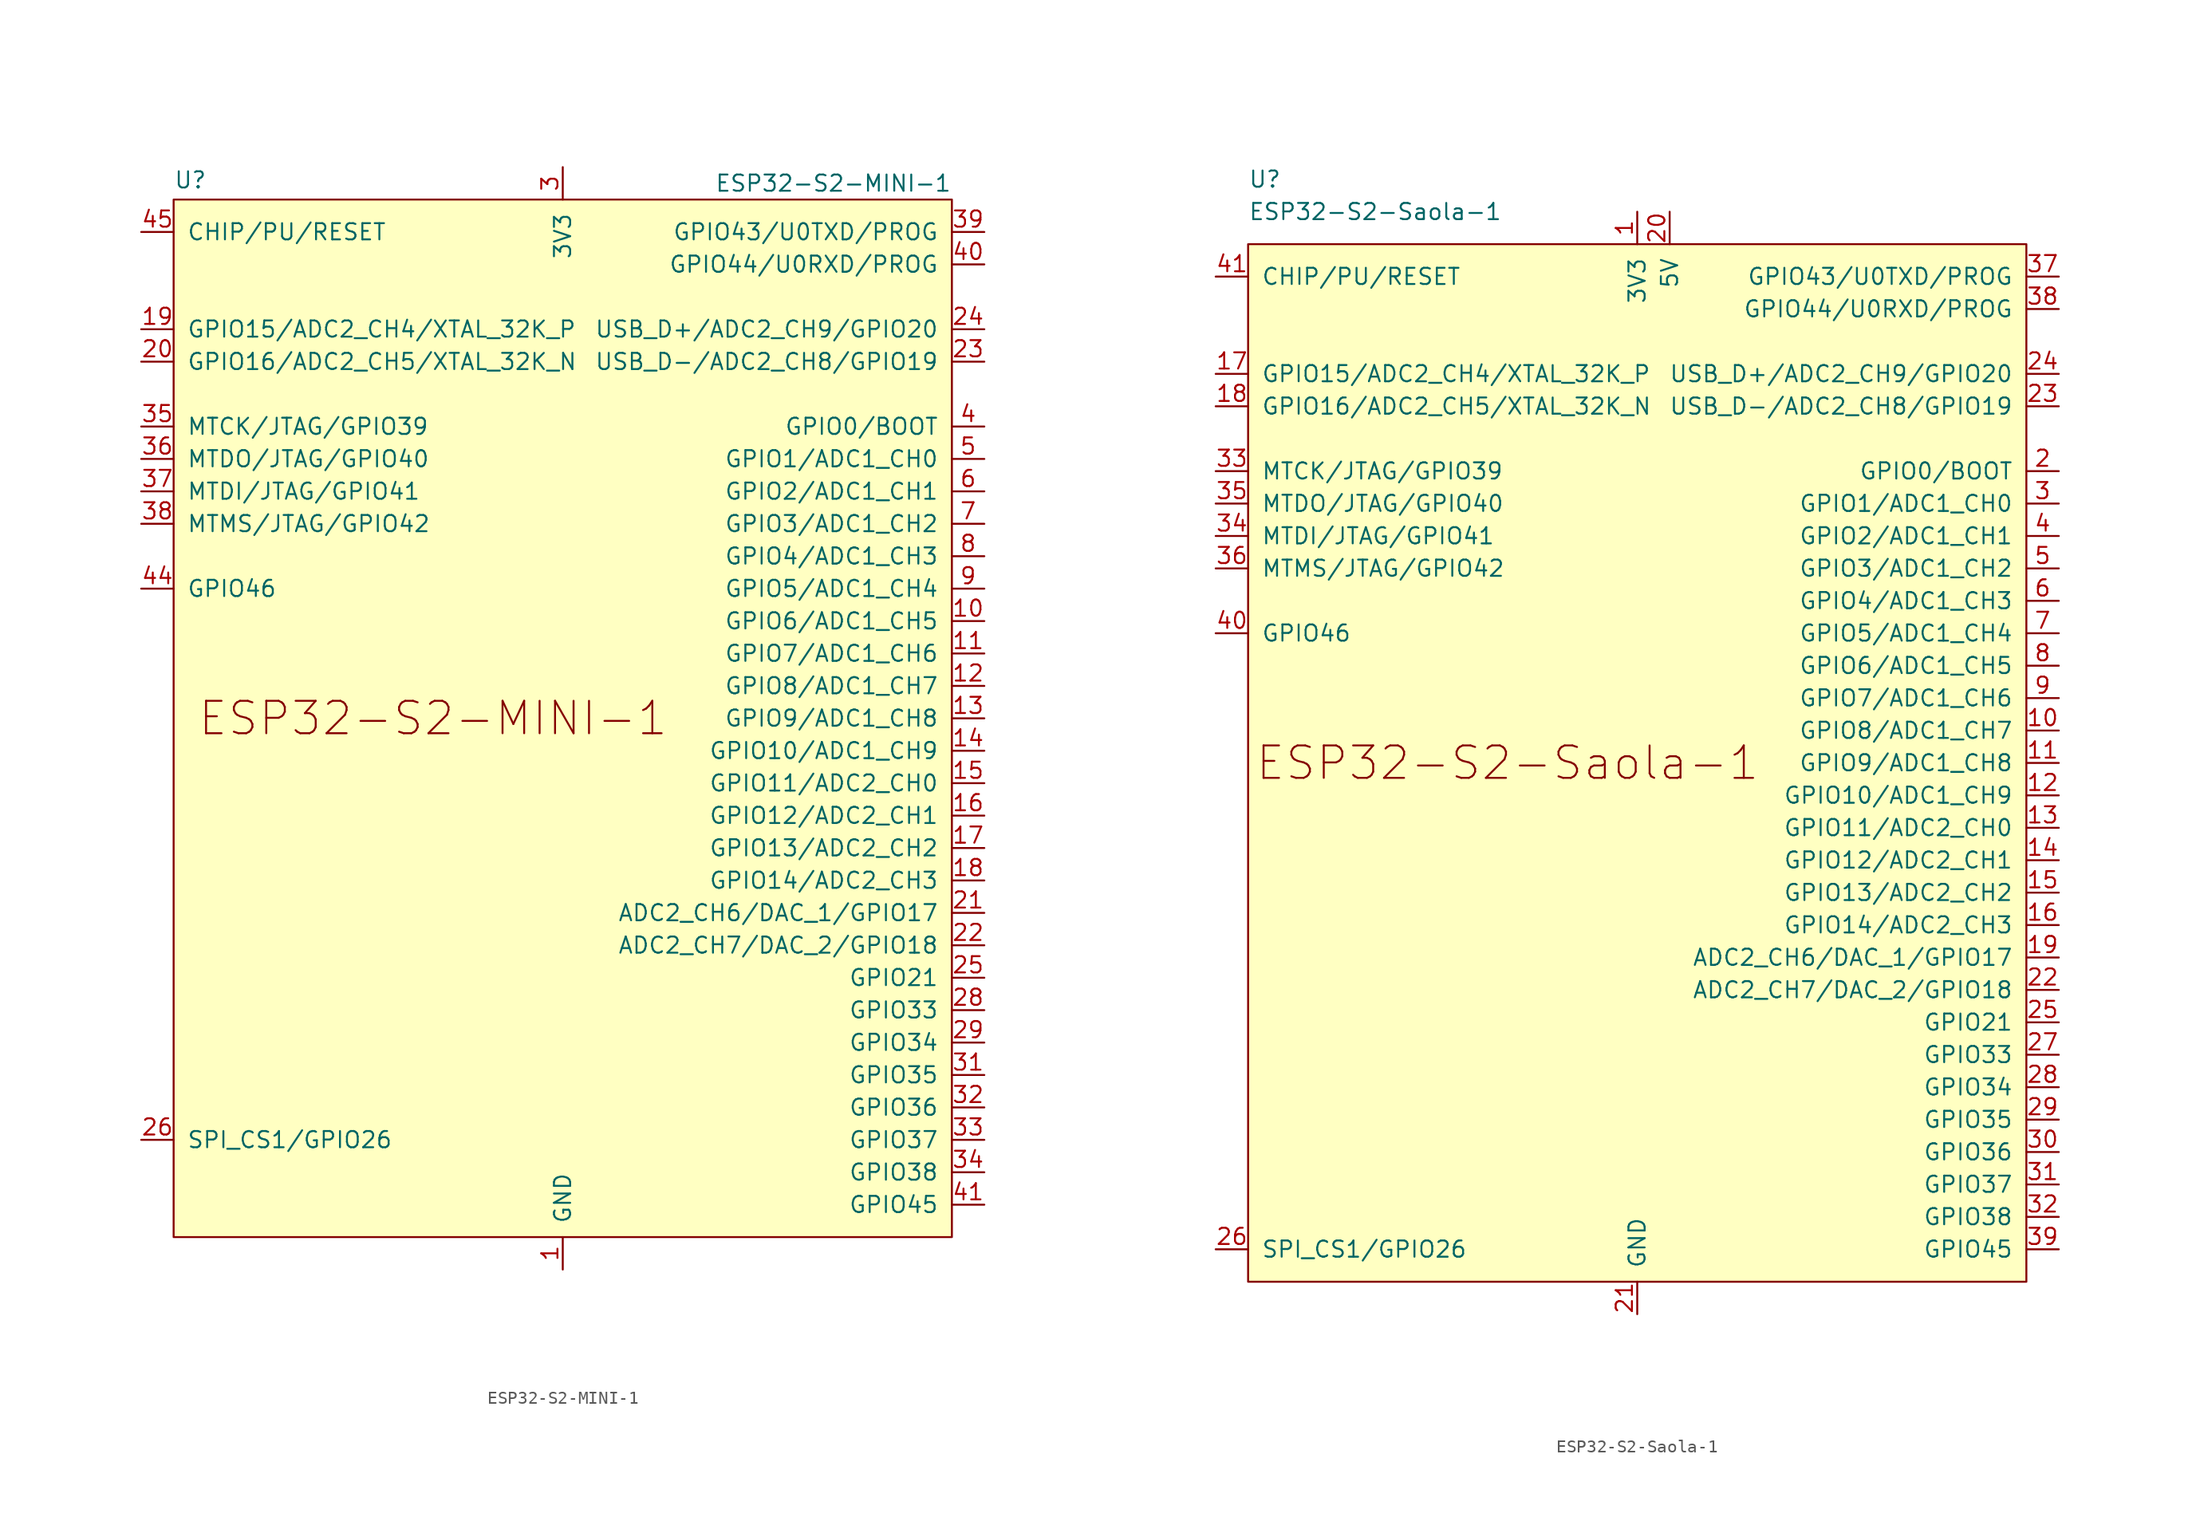
<source format=kicad_sym>
(kicad_symbol_lib
  (version 20241209)
  (generator "kicad_symbol_editor")
  (generator_version "9.0")
  (symbol "ESP32-S2-MINI-1"
    (pin_names
      (offset 1.016))
    (property "Reference" "U"
      (at -30.48 42.164 0)
      (effects (font (size 1.27 1.27)) (justify left)))
    (property "Value" "ESP32-S2-MINI-1"
      (at 30.48 41.91 0)
      (effects (font (size 1.27 1.27)) (justify right)))
    (symbol "ESP32-S2-MINI-1_0_0"
      (pin bidirectional line (at -33.02 38.1 0) (length 2.54) (name "CHIP/PU/RESET" (effects (font (size 1.27 1.27)))) (number "45" (effects (font (size 1.27 1.27)))))
      (pin input line (at -33.02 10.16 0) (length 2.54) (name "GPIO46" (effects (font (size 1.27 1.27)))) (number "44" (effects (font (size 1.27 1.27)))))
      (pin power_in line (at 0 -43.18 90) (length 2.54) (name "GND" (effects (font (size 1.27 1.27)))) (number "1" (effects (font (size 1.27 1.27)))))
      (pin passive line (at 0 -43.18 90) (length 2.54) (hide yes) (name "GND" (effects (font (size 1.27 1.27)))) (number "43" (effects (font (size 1.27 1.27)))))
      (pin passive line (at 0 -43.18 90) (length 2.54) (hide yes) (name "GND" (effects (font (size 1.27 1.27)))) (number "46" (effects (font (size 1.27 1.27)))))
      (pin passive line (at 0 -43.18 90) (length 2.54) (hide yes) (name "GND" (effects (font (size 1.27 1.27)))) (number "47" (effects (font (size 1.27 1.27)))))
      (pin passive line (at 0 -43.18 90) (length 2.54) (hide yes) (name "GND" (effects (font (size 1.27 1.27)))) (number "48" (effects (font (size 1.27 1.27)))))
      (pin passive line (at 0 -43.18 90) (length 2.54) (hide yes) (name "GND" (effects (font (size 1.27 1.27)))) (number "49" (effects (font (size 1.27 1.27)))))
      (pin passive line (at 0 -43.18 90) (length 2.54) (hide yes) (name "GND" (effects (font (size 1.27 1.27)))) (number "50" (effects (font (size 1.27 1.27)))))
      (pin passive line (at 0 -43.18 90) (length 2.54) (hide yes) (name "GND" (effects (font (size 1.27 1.27)))) (number "51" (effects (font (size 1.27 1.27)))))
      (pin passive line (at 0 -43.18 90) (length 2.54) (hide yes) (name "GND" (effects (font (size 1.27 1.27)))) (number "52" (effects (font (size 1.27 1.27)))))
      (pin passive line (at 0 -43.18 90) (length 2.54) (hide yes) (name "GND" (effects (font (size 1.27 1.27)))) (number "53" (effects (font (size 1.27 1.27)))))
      (pin passive line (at 0 -43.18 90) (length 2.54) (hide yes) (name "GND" (effects (font (size 1.27 1.27)))) (number "54" (effects (font (size 1.27 1.27)))))
      (pin passive line (at 0 -43.18 90) (length 2.54) (hide yes) (name "GND" (effects (font (size 1.27 1.27)))) (number "55" (effects (font (size 1.27 1.27)))))
      (pin passive line (at 0 -43.18 90) (length 2.54) (hide yes) (name "GND" (effects (font (size 1.27 1.27)))) (number "56" (effects (font (size 1.27 1.27)))))
      (pin passive line (at 0 -43.18 90) (length 2.54) (hide yes) (name "GND" (effects (font (size 1.27 1.27)))) (number "57" (effects (font (size 1.27 1.27)))))
      (pin passive line (at 0 -43.18 90) (length 2.54) (hide yes) (name "GND" (effects (font (size 1.27 1.27)))) (number "58" (effects (font (size 1.27 1.27)))))
      (pin passive line (at 0 -43.18 90) (length 2.54) (hide yes) (name "GND" (effects (font (size 1.27 1.27)))) (number "59" (effects (font (size 1.27 1.27)))))
      (pin passive line (at 0 -43.18 90) (length 2.54) (hide yes) (name "GND" (effects (font (size 1.27 1.27)))) (number "60" (effects (font (size 1.27 1.27)))))
      (pin passive line (at 0 -43.18 90) (length 2.54) (hide yes) (name "GND" (effects (font (size 1.27 1.27)))) (number "61" (effects (font (size 1.27 1.27)))))
      (pin passive line (at 0 -43.18 90) (length 2.54) (hide yes) (name "GND" (effects (font (size 1.27 1.27)))) (number "62" (effects (font (size 1.27 1.27)))))
      (pin passive line (at 0 -43.18 90) (length 2.54) (hide yes) (name "GND" (effects (font (size 1.27 1.27)))) (number "63" (effects (font (size 1.27 1.27)))))
      (pin passive line (at 0 -43.18 90) (length 2.54) (hide yes) (name "GND" (effects (font (size 1.27 1.27)))) (number "64" (effects (font (size 1.27 1.27)))))
      (pin passive line (at 0 -43.18 90) (length 2.54) (hide yes) (name "GND" (effects (font (size 1.27 1.27)))) (number "65" (effects (font (size 1.27 1.27))))))
    (symbol "ESP32-S2-MINI-1_0_1"
      (rectangle (start -30.48 40.64) (end 30.48 -40.64) (stroke (width 0) (type default)) (fill (type background))))
    (symbol "ESP32-S2-MINI-1_1_1"
      (text "ESP32-S2-MINI-1" (at -10.16 0 0) (effects (font (size 2.54 2.54))))
      (pin bidirectional line (at -33.02 30.48 0) (length 2.54) (name "GPIO15/ADC2_CH4/XTAL_32K_P" (effects (font (size 1.27 1.27)))) (number "19" (effects (font (size 1.27 1.27)))))
      (pin bidirectional line (at -33.02 27.94 0) (length 2.54) (name "GPIO16/ADC2_CH5/XTAL_32K_N" (effects (font (size 1.27 1.27)))) (number "20" (effects (font (size 1.27 1.27)))))
      (pin bidirectional line (at -33.02 22.86 0) (length 2.54) (name "MTCK/JTAG/GPIO39" (effects (font (size 1.27 1.27)))) (number "35" (effects (font (size 1.27 1.27)))))
      (pin bidirectional line (at -33.02 20.32 0) (length 2.54) (name "MTDO/JTAG/GPIO40" (effects (font (size 1.27 1.27)))) (number "36" (effects (font (size 1.27 1.27)))))
      (pin bidirectional line (at -33.02 17.78 0) (length 2.54) (name "MTDI/JTAG/GPIO41" (effects (font (size 1.27 1.27)))) (number "37" (effects (font (size 1.27 1.27)))))
      (pin bidirectional line (at -33.02 15.24 0) (length 2.54) (name "MTMS/JTAG/GPIO42" (effects (font (size 1.27 1.27)))) (number "38" (effects (font (size 1.27 1.27)))))
      (pin bidirectional line (at -33.02 -33.02 0) (length 2.54) (name "SPI_CS1/GPIO26" (effects (font (size 1.27 1.27)))) (number "26" (effects (font (size 1.27 1.27)))))
      (pin no_connect line (at -30.48 -38.1 0) (length 2.54) (hide yes) (name "NC" (effects (font (size 1.27 1.27)))) (number "27" (effects (font (size 1.27 1.27)))))
      (pin power_in line (at 0 43.18 270) (length 2.54) (name "3V3" (effects (font (size 1.27 1.27)))) (number "3" (effects (font (size 1.27 1.27)))))
      (pin passive line (at 0 -43.18 90) (length 2.54) (hide yes) (name "GND" (effects (font (size 1.27 1.27)))) (number "2" (effects (font (size 1.27 1.27)))))
      (pin passive line (at 0 -43.18 90) (length 2.54) (hide yes) (name "GND" (effects (font (size 1.27 1.27)))) (number "30" (effects (font (size 1.27 1.27)))))
      (pin passive line (at 0 -43.18 90) (length 2.54) (hide yes) (name "GND" (effects (font (size 1.27 1.27)))) (number "42" (effects (font (size 1.27 1.27)))))
      (pin bidirectional line (at 33.02 38.1 180) (length 2.54) (name "GPIO43/U0TXD/PROG" (effects (font (size 1.27 1.27)))) (number "39" (effects (font (size 1.27 1.27)))))
      (pin bidirectional line (at 33.02 35.56 180) (length 2.54) (name "GPIO44/U0RXD/PROG" (effects (font (size 1.27 1.27)))) (number "40" (effects (font (size 1.27 1.27)))))
      (pin bidirectional line (at 33.02 30.48 180) (length 2.54) (name "USB_D+/ADC2_CH9/GPIO20" (effects (font (size 1.27 1.27)))) (number "24" (effects (font (size 1.27 1.27)))))
      (pin bidirectional line (at 33.02 27.94 180) (length 2.54) (name "USB_D-/ADC2_CH8/GPIO19" (effects (font (size 1.27 1.27)))) (number "23" (effects (font (size 1.27 1.27)))))
      (pin bidirectional line (at 33.02 22.86 180) (length 2.54) (name "GPIO0/BOOT" (effects (font (size 1.27 1.27)))) (number "4" (effects (font (size 1.27 1.27)))))
      (pin bidirectional line (at 33.02 20.32 180) (length 2.54) (name "GPIO1/ADC1_CH0" (effects (font (size 1.27 1.27)))) (number "5" (effects (font (size 1.27 1.27)))))
      (pin bidirectional line (at 33.02 17.78 180) (length 2.54) (name "GPIO2/ADC1_CH1" (effects (font (size 1.27 1.27)))) (number "6" (effects (font (size 1.27 1.27)))))
      (pin bidirectional line (at 33.02 15.24 180) (length 2.54) (name "GPIO3/ADC1_CH2" (effects (font (size 1.27 1.27)))) (number "7" (effects (font (size 1.27 1.27)))))
      (pin bidirectional line (at 33.02 12.7 180) (length 2.54) (name "GPIO4/ADC1_CH3" (effects (font (size 1.27 1.27)))) (number "8" (effects (font (size 1.27 1.27)))))
      (pin bidirectional line (at 33.02 10.16 180) (length 2.54) (name "GPIO5/ADC1_CH4" (effects (font (size 1.27 1.27)))) (number "9" (effects (font (size 1.27 1.27)))))
      (pin bidirectional line (at 33.02 7.62 180) (length 2.54) (name "GPIO6/ADC1_CH5" (effects (font (size 1.27 1.27)))) (number "10" (effects (font (size 1.27 1.27)))))
      (pin bidirectional line (at 33.02 5.08 180) (length 2.54) (name "GPIO7/ADC1_CH6" (effects (font (size 1.27 1.27)))) (number "11" (effects (font (size 1.27 1.27)))))
      (pin bidirectional line (at 33.02 2.54 180) (length 2.54) (name "GPIO8/ADC1_CH7" (effects (font (size 1.27 1.27)))) (number "12" (effects (font (size 1.27 1.27)))))
      (pin bidirectional line (at 33.02 0 180) (length 2.54) (name "GPIO9/ADC1_CH8" (effects (font (size 1.27 1.27)))) (number "13" (effects (font (size 1.27 1.27)))))
      (pin bidirectional line (at 33.02 -2.54 180) (length 2.54) (name "GPIO10/ADC1_CH9" (effects (font (size 1.27 1.27)))) (number "14" (effects (font (size 1.27 1.27)))))
      (pin bidirectional line (at 33.02 -5.08 180) (length 2.54) (name "GPIO11/ADC2_CH0" (effects (font (size 1.27 1.27)))) (number "15" (effects (font (size 1.27 1.27)))))
      (pin bidirectional line (at 33.02 -7.62 180) (length 2.54) (name "GPIO12/ADC2_CH1" (effects (font (size 1.27 1.27)))) (number "16" (effects (font (size 1.27 1.27)))))
      (pin bidirectional line (at 33.02 -10.16 180) (length 2.54) (name "GPIO13/ADC2_CH2" (effects (font (size 1.27 1.27)))) (number "17" (effects (font (size 1.27 1.27)))))
      (pin bidirectional line (at 33.02 -12.7 180) (length 2.54) (name "GPIO14/ADC2_CH3" (effects (font (size 1.27 1.27)))) (number "18" (effects (font (size 1.27 1.27)))))
      (pin bidirectional line (at 33.02 -15.24 180) (length 2.54) (name "ADC2_CH6/DAC_1/GPIO17" (effects (font (size 1.27 1.27)))) (number "21" (effects (font (size 1.27 1.27)))))
      (pin bidirectional line (at 33.02 -17.78 180) (length 2.54) (name "ADC2_CH7/DAC_2/GPIO18" (effects (font (size 1.27 1.27)))) (number "22" (effects (font (size 1.27 1.27)))))
      (pin bidirectional line (at 33.02 -20.32 180) (length 2.54) (name "GPIO21" (effects (font (size 1.27 1.27)))) (number "25" (effects (font (size 1.27 1.27)))))
      (pin bidirectional line (at 33.02 -22.86 180) (length 2.54) (name "GPIO33" (effects (font (size 1.27 1.27)))) (number "28" (effects (font (size 1.27 1.27)))))
      (pin bidirectional line (at 33.02 -25.4 180) (length 2.54) (name "GPIO34" (effects (font (size 1.27 1.27)))) (number "29" (effects (font (size 1.27 1.27)))))
      (pin bidirectional line (at 33.02 -27.94 180) (length 2.54) (name "GPIO35" (effects (font (size 1.27 1.27)))) (number "31" (effects (font (size 1.27 1.27)))))
      (pin bidirectional line (at 33.02 -30.48 180) (length 2.54) (name "GPIO36" (effects (font (size 1.27 1.27)))) (number "32" (effects (font (size 1.27 1.27)))))
      (pin bidirectional line (at 33.02 -33.02 180) (length 2.54) (name "GPIO37" (effects (font (size 1.27 1.27)))) (number "33" (effects (font (size 1.27 1.27)))))
      (pin bidirectional line (at 33.02 -35.56 180) (length 2.54) (name "GPIO38" (effects (font (size 1.27 1.27)))) (number "34" (effects (font (size 1.27 1.27)))))
      (pin bidirectional line (at 33.02 -38.1 180) (length 2.54) (name "GPIO45" (effects (font (size 1.27 1.27)))) (number "41" (effects (font (size 1.27 1.27)))))))
  (symbol "ESP32-S2-Saola-1"
    (pin_names
      (offset 1.016))
    (property "Reference" "U"
      (at -30.48 45.72 0)
      (effects (font (size 1.27 1.27)) (justify left)))
    (property "Value" "ESP32-S2-Saola-1"
      (at -30.48 43.18 0)
      (effects (font (size 1.27 1.27)) (justify left)))
    (symbol "ESP32-S2-Saola-1_0_0"
      (text "ESP32-S2-Saola-1" (at -10.16 0 0) (effects (font (size 2.54 2.54))))
      (pin input line (at -33.02 38.1 0) (length 2.54) (name "CHIP/PU/RESET" (effects (font (size 1.27 1.27)))) (number "41" (effects (font (size 1.27 1.27)))))
      (pin bidirectional line (at -33.02 30.48 0) (length 2.54) (name "GPIO15/ADC2_CH4/XTAL_32K_P" (effects (font (size 1.27 1.27)))) (number "17" (effects (font (size 1.27 1.27)))))
      (pin bidirectional line (at -33.02 27.94 0) (length 2.54) (name "GPIO16/ADC2_CH5/XTAL_32K_N" (effects (font (size 1.27 1.27)))) (number "18" (effects (font (size 1.27 1.27)))))
      (pin bidirectional line (at -33.02 22.86 0) (length 2.54) (name "MTCK/JTAG/GPIO39" (effects (font (size 1.27 1.27)))) (number "33" (effects (font (size 1.27 1.27)))))
      (pin bidirectional line (at -33.02 20.32 0) (length 2.54) (name "MTDO/JTAG/GPIO40" (effects (font (size 1.27 1.27)))) (number "35" (effects (font (size 1.27 1.27)))))
      (pin bidirectional line (at -33.02 17.78 0) (length 2.54) (name "MTDI/JTAG/GPIO41" (effects (font (size 1.27 1.27)))) (number "34" (effects (font (size 1.27 1.27)))))
      (pin bidirectional line (at -33.02 15.24 0) (length 2.54) (name "MTMS/JTAG/GPIO42" (effects (font (size 1.27 1.27)))) (number "36" (effects (font (size 1.27 1.27)))))
      (pin input line (at -33.02 10.16 0) (length 2.54) (name "GPIO46" (effects (font (size 1.27 1.27)))) (number "40" (effects (font (size 1.27 1.27)))))
      (pin bidirectional line (at -33.02 -38.1 0) (length 2.54) (name "SPI_CS1/GPIO26" (effects (font (size 1.27 1.27)))) (number "26" (effects (font (size 1.27 1.27)))))
      (pin power_in line (at 0 43.18 270) (length 2.54) (name "3V3" (effects (font (size 1.27 1.27)))) (number "1" (effects (font (size 1.27 1.27)))))
      (pin power_in line (at 0 -43.18 90) (length 2.54) (name "GND" (effects (font (size 1.27 1.27)))) (number "21" (effects (font (size 1.27 1.27)))))
      (pin passive line (at 0 -43.18 90) (length 2.54) (hide yes) (name "GND" (effects (font (size 1.27 1.27)))) (number "42" (effects (font (size 1.27 1.27)))))
      (pin power_in line (at 2.54 43.18 270) (length 2.54) (name "5V" (effects (font (size 1.27 1.27)))) (number "20" (effects (font (size 1.27 1.27)))))
      (pin bidirectional line (at 33.02 38.1 180) (length 2.54) (name "GPIO43/U0TXD/PROG" (effects (font (size 1.27 1.27)))) (number "37" (effects (font (size 1.27 1.27)))))
      (pin bidirectional line (at 33.02 35.56 180) (length 2.54) (name "GPIO44/U0RXD/PROG" (effects (font (size 1.27 1.27)))) (number "38" (effects (font (size 1.27 1.27)))))
      (pin bidirectional line (at 33.02 30.48 180) (length 2.54) (name "USB_D+/ADC2_CH9/GPIO20" (effects (font (size 1.27 1.27)))) (number "24" (effects (font (size 1.27 1.27)))))
      (pin bidirectional line (at 33.02 27.94 180) (length 2.54) (name "USB_D-/ADC2_CH8/GPIO19" (effects (font (size 1.27 1.27)))) (number "23" (effects (font (size 1.27 1.27)))))
      (pin bidirectional line (at 33.02 22.86 180) (length 2.54) (name "GPIO0/BOOT" (effects (font (size 1.27 1.27)))) (number "2" (effects (font (size 1.27 1.27)))))
      (pin bidirectional line (at 33.02 20.32 180) (length 2.54) (name "GPIO1/ADC1_CH0" (effects (font (size 1.27 1.27)))) (number "3" (effects (font (size 1.27 1.27)))))
      (pin unspecified line (at 33.02 17.78 180) (length 2.54) (name "GPIO2/ADC1_CH1" (effects (font (size 1.27 1.27)))) (number "4" (effects (font (size 1.27 1.27)))))
      (pin bidirectional line (at 33.02 15.24 180) (length 2.54) (name "GPIO3/ADC1_CH2" (effects (font (size 1.27 1.27)))) (number "5" (effects (font (size 1.27 1.27)))))
      (pin bidirectional line (at 33.02 12.7 180) (length 2.54) (name "GPIO4/ADC1_CH3" (effects (font (size 1.27 1.27)))) (number "6" (effects (font (size 1.27 1.27)))))
      (pin bidirectional line (at 33.02 10.16 180) (length 2.54) (name "GPIO5/ADC1_CH4" (effects (font (size 1.27 1.27)))) (number "7" (effects (font (size 1.27 1.27)))))
      (pin bidirectional line (at 33.02 7.62 180) (length 2.54) (name "GPIO6/ADC1_CH5" (effects (font (size 1.27 1.27)))) (number "8" (effects (font (size 1.27 1.27)))))
      (pin bidirectional line (at 33.02 5.08 180) (length 2.54) (name "GPIO7/ADC1_CH6" (effects (font (size 1.27 1.27)))) (number "9" (effects (font (size 1.27 1.27)))))
      (pin bidirectional line (at 33.02 2.54 180) (length 2.54) (name "GPIO8/ADC1_CH7" (effects (font (size 1.27 1.27)))) (number "10" (effects (font (size 1.27 1.27)))))
      (pin bidirectional line (at 33.02 0 180) (length 2.54) (name "GPIO9/ADC1_CH8" (effects (font (size 1.27 1.27)))) (number "11" (effects (font (size 1.27 1.27)))))
      (pin bidirectional line (at 33.02 -2.54 180) (length 2.54) (name "GPIO10/ADC1_CH9" (effects (font (size 1.27 1.27)))) (number "12" (effects (font (size 1.27 1.27)))))
      (pin bidirectional line (at 33.02 -5.08 180) (length 2.54) (name "GPIO11/ADC2_CH0" (effects (font (size 1.27 1.27)))) (number "13" (effects (font (size 1.27 1.27)))))
      (pin bidirectional line (at 33.02 -7.62 180) (length 2.54) (name "GPIO12/ADC2_CH1" (effects (font (size 1.27 1.27)))) (number "14" (effects (font (size 1.27 1.27)))))
      (pin bidirectional line (at 33.02 -10.16 180) (length 2.54) (name "GPIO13/ADC2_CH2" (effects (font (size 1.27 1.27)))) (number "15" (effects (font (size 1.27 1.27)))))
      (pin bidirectional line (at 33.02 -12.7 180) (length 2.54) (name "GPIO14/ADC2_CH3" (effects (font (size 1.27 1.27)))) (number "16" (effects (font (size 1.27 1.27)))))
      (pin bidirectional line (at 33.02 -15.24 180) (length 2.54) (name "ADC2_CH6/DAC_1/GPIO17" (effects (font (size 1.27 1.27)))) (number "19" (effects (font (size 1.27 1.27)))))
      (pin bidirectional line (at 33.02 -17.78 180) (length 2.54) (name "ADC2_CH7/DAC_2/GPIO18" (effects (font (size 1.27 1.27)))) (number "22" (effects (font (size 1.27 1.27)))))
      (pin bidirectional line (at 33.02 -20.32 180) (length 2.54) (name "GPIO21" (effects (font (size 1.27 1.27)))) (number "25" (effects (font (size 1.27 1.27)))))
      (pin bidirectional line (at 33.02 -22.86 180) (length 2.54) (name "GPIO33" (effects (font (size 1.27 1.27)))) (number "27" (effects (font (size 1.27 1.27)))))
      (pin bidirectional line (at 33.02 -25.4 180) (length 2.54) (name "GPIO34" (effects (font (size 1.27 1.27)))) (number "28" (effects (font (size 1.27 1.27)))))
      (pin bidirectional line (at 33.02 -27.94 180) (length 2.54) (name "GPIO35" (effects (font (size 1.27 1.27)))) (number "29" (effects (font (size 1.27 1.27)))))
      (pin bidirectional line (at 33.02 -30.48 180) (length 2.54) (name "GPIO36" (effects (font (size 1.27 1.27)))) (number "30" (effects (font (size 1.27 1.27)))))
      (pin bidirectional line (at 33.02 -33.02 180) (length 2.54) (name "GPIO37" (effects (font (size 1.27 1.27)))) (number "31" (effects (font (size 1.27 1.27)))))
      (pin bidirectional line (at 33.02 -35.56 180) (length 2.54) (name "GPIO38" (effects (font (size 1.27 1.27)))) (number "32" (effects (font (size 1.27 1.27)))))
      (pin bidirectional line (at 33.02 -38.1 180) (length 2.54) (name "GPIO45" (effects (font (size 1.27 1.27)))) (number "39" (effects (font (size 1.27 1.27))))))
    (symbol "ESP32-S2-Saola-1_0_1"
      (rectangle (start -30.48 40.64) (end 30.48 -40.64) (stroke (width 0) (type default)) (fill (type background))))))
</source>
